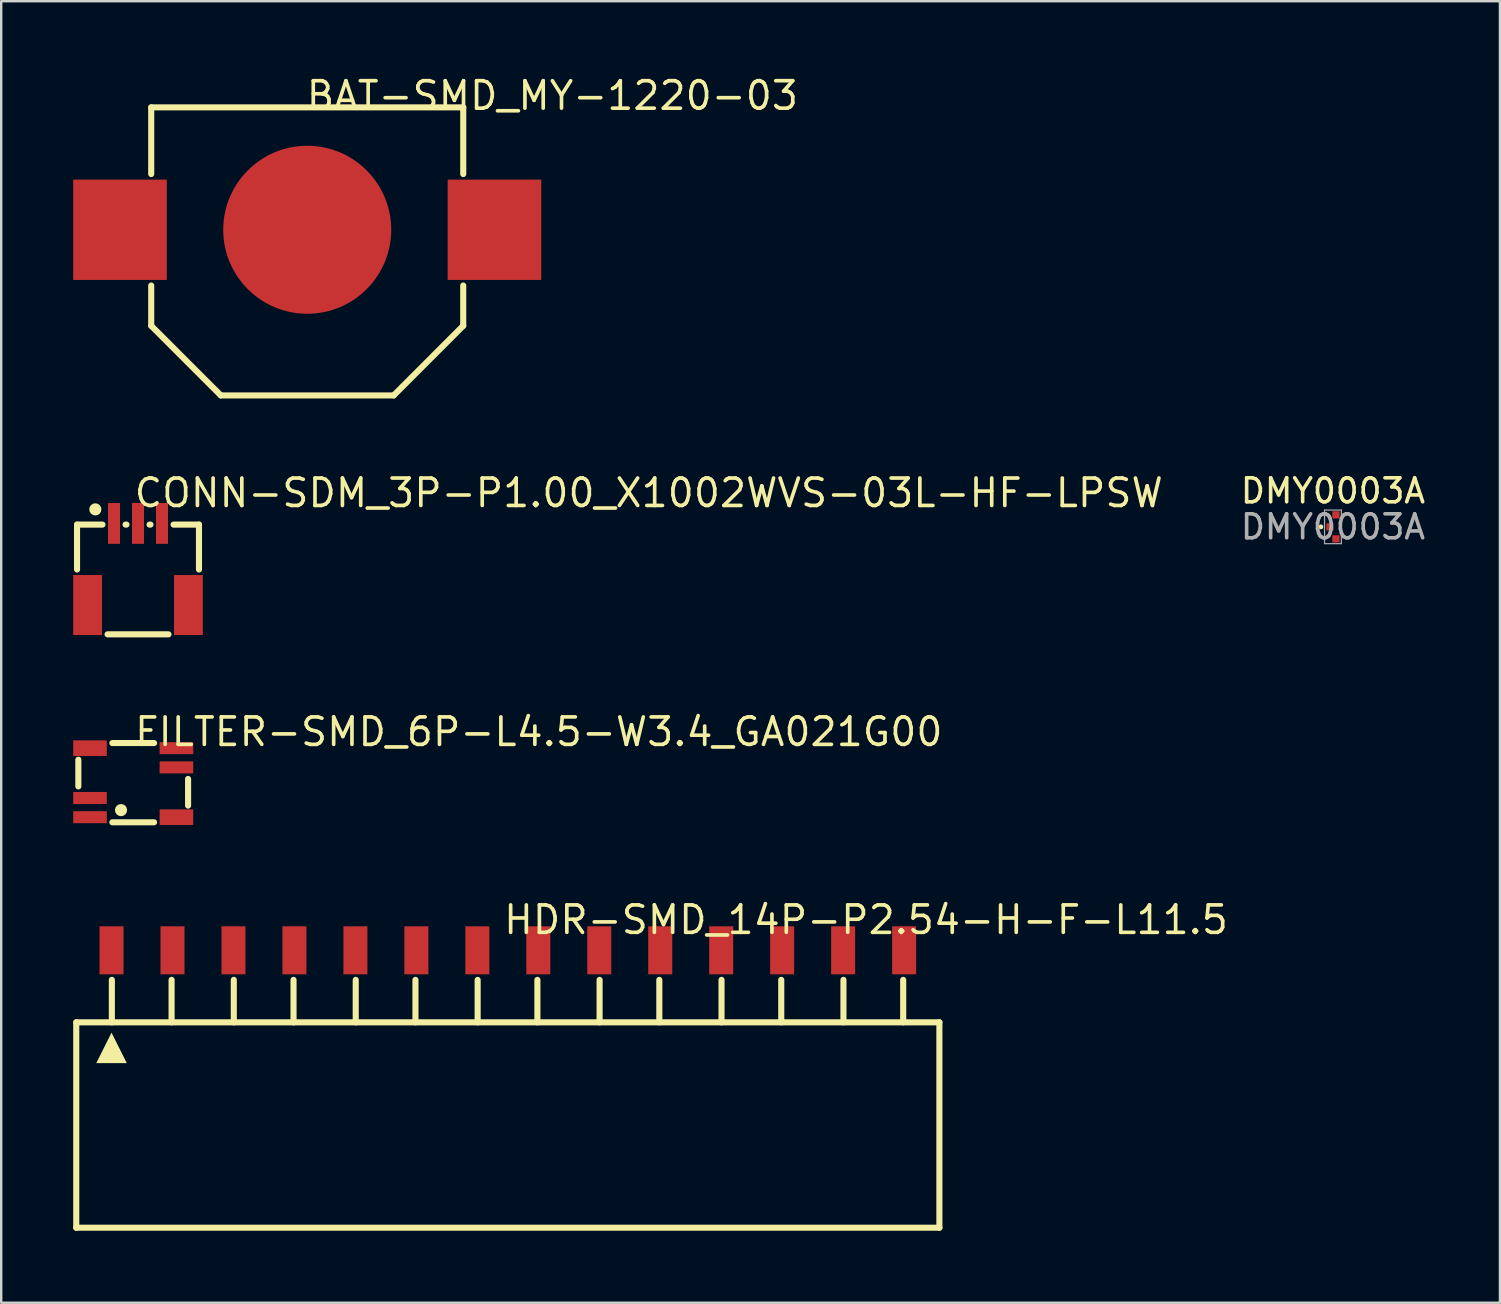
<source format=kicad_pcb>
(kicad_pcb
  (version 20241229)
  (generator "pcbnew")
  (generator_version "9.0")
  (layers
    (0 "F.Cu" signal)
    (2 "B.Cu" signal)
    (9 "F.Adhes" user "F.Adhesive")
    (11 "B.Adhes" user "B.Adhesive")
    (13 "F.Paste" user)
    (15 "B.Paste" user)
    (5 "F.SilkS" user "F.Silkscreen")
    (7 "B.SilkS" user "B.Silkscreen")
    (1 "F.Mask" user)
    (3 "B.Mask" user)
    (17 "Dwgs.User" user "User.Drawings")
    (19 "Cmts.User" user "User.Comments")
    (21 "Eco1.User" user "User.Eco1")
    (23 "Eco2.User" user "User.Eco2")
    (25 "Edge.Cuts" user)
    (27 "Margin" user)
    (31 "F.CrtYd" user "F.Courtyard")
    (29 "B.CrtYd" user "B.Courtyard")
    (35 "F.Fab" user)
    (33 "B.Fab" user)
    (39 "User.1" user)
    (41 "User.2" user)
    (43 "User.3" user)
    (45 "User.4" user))
  (footprint "CONN-SDM_3P-P1.00_X1002WVS-03L-HF-LPSW"
    (layer "F.Cu")
    (at 2.7 20.457)
    (property "Reference" "CONN-SDM_3P-P1.00_X1002WVS-03L-HF-LPSW" (at -0.238 -2.97 0) (layer "F.SilkS") (effects (font (size 1.143 1.143) (thickness 0.152)) (justify left)))
    (attr smd)
    (fp_line (start -2.54 -1.651) (end -2.54 0.219) (stroke (width 0.254) (type solid)) (layer "F.SilkS"))
    (fp_line (start -2.54 -1.651) (end -1.481 -1.651) (stroke (width 0.254) (type solid)) (layer "F.SilkS"))
    (fp_line (start -0.519 -1.651) (end -0.481 -1.651) (stroke (width 0.254) (type solid)) (layer "F.SilkS"))
    (fp_line (start 0.481 -1.651) (end 0.519 -1.651) (stroke (width 0.254) (type solid)) (layer "F.SilkS"))
    (fp_line (start 1.269 2.921) (end -1.269 2.921) (stroke (width 0.254) (type solid)) (layer "F.SilkS"))
    (fp_line (start 1.481 -1.651) (end 2.54 -1.651) (stroke (width 0.254) (type solid)) (layer "F.SilkS"))
    (fp_line (start 2.54 -1.651) (end 2.54 0.219) (stroke (width 0.254) (type solid)) (layer "F.SilkS"))
    (fp_circle (center -1.778 -2.286) (end -1.651 -2.286) (stroke (width 0.254) (type solid)) (fill no) (layer "F.SilkS"))
    (pad "" smd rect (at -2.1 1.7) (size 1.2 2.5) (layers "F.Cu" "F.Mask" "F.Paste"))
    (pad "" smd rect (at 2.1 1.7) (size 1.2 2.5) (layers "F.Cu" "F.Mask" "F.Paste"))
    (pad "1" smd rect (at -1 -1.7) (size 0.5 1.7) (layers "F.Cu" "F.Mask" "F.Paste"))
    (pad "2" smd rect (at 0 -1.7) (size 0.5 1.7) (layers "F.Cu" "F.Mask" "F.Paste"))
    (pad "3" smd rect (at 1 -1.7) (size 0.5 1.7) (layers "F.Cu" "F.Mask" "F.Paste")))
  (footprint "DMY0003A"
    (layer "F.Cu")
    (at 52.483 18.9)
    (property "Reference" "DMY0003A" (at 0 -1.5 0) (unlocked yes) (layer "F.SilkS") (effects (font (size 1 1) (thickness 0.15))))
    (attr smd)
    (fp_circle (center -0.5 0) (end -0.425 0) (stroke (width 0.05) (type solid)) (fill yes) (layer "F.SilkS"))
    (fp_poly (pts (xy -0.23 0.055) (xy -0.23 -0.055) (xy -0.229 -0.064) (xy -0.226 -0.074) (xy -0.222 -0.083) (xy -0.215 -0.09) (xy -0.208 -0.097) (xy -0.199 -0.101) (xy -0.189 -0.104) (xy -0.18 -0.105) (xy -0.07 -0.105) (xy -0.061 -0.104) (xy -0.051 -0.101) (xy -0.042 -0.097) (xy -0.035 -0.09) (xy -0.028 -0.083) (xy -0.024 -0.074) (xy -0.021 -0.064) (xy -0.02 -0.055) (xy -0.02 0.055) (xy -0.021 0.064) (xy -0.024 0.074) (xy -0.028 0.083) (xy -0.035 0.09) (xy -0.042 0.097) (xy -0.051 0.101) (xy -0.061 0.104) (xy -0.07 0.105) (xy -0.18 0.105) (xy -0.189 0.104) (xy -0.199 0.101) (xy -0.208 0.097) (xy -0.215 0.09) (xy -0.222 0.083) (xy -0.226 0.074) (xy -0.229 0.064)) (stroke (width 0) (type solid)) (fill yes) (layer "F.Paste"))
    (fp_poly (pts (xy 0.02 -0.445) (xy 0.02 -0.555) (xy 0.021 -0.564) (xy 0.024 -0.574) (xy 0.028 -0.583) (xy 0.035 -0.59) (xy 0.042 -0.597) (xy 0.051 -0.601) (xy 0.061 -0.604) (xy 0.07 -0.605) (xy 0.18 -0.605) (xy 0.189 -0.604) (xy 0.199 -0.601) (xy 0.208 -0.597) (xy 0.215 -0.59) (xy 0.222 -0.583) (xy 0.226 -0.574) (xy 0.229 -0.564) (xy 0.23 -0.555) (xy 0.23 -0.445) (xy 0.229 -0.436) (xy 0.226 -0.426) (xy 0.222 -0.417) (xy 0.215 -0.41) (xy 0.208 -0.403) (xy 0.199 -0.399) (xy 0.189 -0.396) (xy 0.18 -0.395) (xy 0.07 -0.395) (xy 0.061 -0.396) (xy 0.051 -0.399) (xy 0.042 -0.403) (xy 0.035 -0.41) (xy 0.028 -0.417) (xy 0.024 -0.426) (xy 0.021 -0.436)) (stroke (width 0) (type solid)) (fill yes) (layer "F.Paste"))
    (fp_poly (pts (xy 0.02 0.555) (xy 0.02 0.445) (xy 0.021 0.436) (xy 0.024 0.426) (xy 0.028 0.417) (xy 0.035 0.41) (xy 0.042 0.403) (xy 0.051 0.399) (xy 0.061 0.396) (xy 0.07 0.395) (xy 0.18 0.395) (xy 0.189 0.396) (xy 0.199 0.399) (xy 0.208 0.403) (xy 0.215 0.41) (xy 0.222 0.417) (xy 0.226 0.426) (xy 0.229 0.436) (xy 0.23 0.445) (xy 0.23 0.555) (xy 0.229 0.564) (xy 0.226 0.574) (xy 0.222 0.583) (xy 0.215 0.59) (xy 0.208 0.597) (xy 0.199 0.601) (xy 0.189 0.604) (xy 0.18 0.605) (xy 0.07 0.605) (xy 0.061 0.604) (xy 0.051 0.601) (xy 0.042 0.597) (xy 0.035 0.59) (xy 0.028 0.583) (xy 0.024 0.574) (xy 0.021 0.564)) (stroke (width 0) (type solid)) (fill yes) (layer "F.Paste"))
    (fp_line (start -0.35 -0.7) (end 0.35 -0.7) (stroke (width 0.05) (type solid)) (layer "F.Fab"))
    (fp_line (start -0.35 0.7) (end -0.35 -0.7) (stroke (width 0.05) (type solid)) (layer "F.Fab"))
    (fp_line (start -0.35 0.7) (end 0.35 0.7) (stroke (width 0.05) (type solid)) (layer "F.Fab"))
    (fp_line (start 0.35 0.7) (end 0.35 -0.7) (stroke (width 0.05) (type solid)) (layer "F.Fab"))
    (fp_text user "${REFERENCE}" (at 0 0 0) (unlocked yes) (layer "F.Fab") (effects (font (size 1 1) (thickness 0.15))))
    (pad "1" smd rect (at -0.125 0) (size 0.3 0.3) (layers "F.Cu" "F.Mask"))
    (pad "2" smd rect (at 0.125 0.5) (size 0.3 0.3) (layers "F.Cu" "F.Mask"))
    (pad "3" smd rect (at 0.125 -0.5) (size 0.3 0.3) (layers "F.Cu" "F.Mask")))
  (footprint "FILTER-SMD_6P-L4.5-W3.4_GA021G00"
    (layer "F.Cu")
    (at 2.5 29.558)
    (property "Reference" "FILTER-SMD_6P-L4.5-W3.4_GA021G00" (at -0.022 -2.118 0) (layer "F.SilkS") (effects (font (size 1.143 1.143) (thickness 0.152)) (justify left)))
    (attr smd)
    (fp_line (start -2.286 -0.956) (end -2.286 0.156) (stroke (width 0.254) (type solid)) (layer "F.SilkS"))
    (fp_line (start -0.869 -1.651) (end 0.869 -1.651) (stroke (width 0.254) (type solid)) (layer "F.SilkS"))
    (fp_line (start -0.869 1.651) (end 0.869 1.651) (stroke (width 0.254) (type solid)) (layer "F.SilkS"))
    (fp_line (start 2.286 -0.156) (end 2.286 0.956) (stroke (width 0.254) (type solid)) (layer "F.SilkS"))
    (fp_circle (center -0.508 1.143) (end -0.381 1.143) (stroke (width 0.254) (type solid)) (fill no) (layer "F.SilkS"))
    (pad "1" smd rect (at -1.8 1.438) (size 1.4 0.5) (layers "F.Cu" "F.Mask" "F.Paste"))
    (pad "2" smd rect (at -1.8 0.637) (size 1.4 0.5) (layers "F.Cu" "F.Mask" "F.Paste"))
    (pad "3" smd rect (at -1.8 -1.438) (size 1.4 0.65) (layers "F.Cu" "F.Mask" "F.Paste"))
    (pad "4" smd rect (at 1.8 -1.438) (size 1.4 0.5) (layers "F.Cu" "F.Mask" "F.Paste"))
    (pad "5" smd rect (at 1.8 -0.637) (size 1.4 0.5) (layers "F.Cu" "F.Mask" "F.Paste"))
    (pad "6" smd rect (at 1.8 1.438) (size 1.4 0.65) (layers "F.Cu" "F.Mask" "F.Paste")))
  (footprint "BAT-SMD_MY-1220-03"
    (layer "F.Cu")
    (at 9.75 6.523)
    (property "Reference" "BAT-SMD_MY-1220-03" (at -0.12 -5.588 0) (layer "F.SilkS") (effects (font (size 1.143 1.143) (thickness 0.152)) (justify left)))
    (attr smd)
    (fp_line (start -6.5 -5.1) (end 6.5 -5.1) (stroke (width 0.254) (type solid)) (layer "F.SilkS"))
    (fp_line (start -6.5 -2.321) (end -6.5 -5.1) (stroke (width 0.254) (type solid)) (layer "F.SilkS"))
    (fp_line (start -6.5 4) (end -6.5 2.322) (stroke (width 0.254) (type solid)) (layer "F.SilkS"))
    (fp_line (start -3.6 6.901) (end -6.5 4) (stroke (width 0.254) (type solid)) (layer "F.SilkS"))
    (fp_line (start 3.601 6.901) (end -3.6 6.901) (stroke (width 0.254) (type solid)) (layer "F.SilkS"))
    (fp_line (start 6.499 2.322) (end 6.499 4) (stroke (width 0.254) (type solid)) (layer "F.SilkS"))
    (fp_line (start 6.499 4) (end 3.601 6.901) (stroke (width 0.254) (type solid)) (layer "F.SilkS"))
    (fp_line (start 6.5 -5.1) (end 6.5 -2.321) (stroke (width 0.254) (type solid)) (layer "F.SilkS"))
    (fp_poly (pts (xy -5.85 -2.09) (xy -9.75 -2.09) (xy -9.75 2.09) (xy -5.85 2.09)) (stroke (width 0) (type solid)) (fill yes) (layer "F.Paste"))
    (fp_poly (pts (xy 9.75 -2.09) (xy 5.85 -2.09) (xy 5.85 2.09) (xy 9.75 2.09)) (stroke (width 0) (type solid)) (fill yes) (layer "F.Paste"))
    (pad "1" smd rect (at -7.8 0) (size 3.9 4.18) (layers "F.Cu" "F.Mask" "F.Paste"))
    (pad "1" smd rect (at 7.8 0) (size 3.9 4.18) (layers "F.Cu" "F.Mask" "F.Paste"))
    (pad "2" smd circle (at 0 0) (size 7 7) (layers "F.Cu" "F.Mask")))
  (footprint "HDR-SMD_14P-P2.54-H-F-L11.5"
    (layer "F.Cu")
    (at 18.107 36.542)
    (property "Reference" "HDR-SMD_14P-P2.54-H-F-L11.5" (at -0.254 -1.27 0) (layer "F.SilkS") (effects (font (size 1.143 1.143) (thickness 0.152)) (justify left)))
    (attr smd)
    (fp_line (start -17.98 3) (end -17.98 11.557) (stroke (width 0.254) (type solid)) (layer "F.SilkS"))
    (fp_line (start -17.98 3) (end 17.98 3) (stroke (width 0.254) (type solid)) (layer "F.SilkS"))
    (fp_line (start -17.98 11.557) (end 17.98 11.557) (stroke (width 0.254) (type solid)) (layer "F.SilkS"))
    (fp_line (start -16.497 3) (end -16.497 1.231) (stroke (width 0.254) (type solid)) (layer "F.SilkS"))
    (fp_line (start -14.008 3) (end -14.008 1.231) (stroke (width 0.254) (type solid)) (layer "F.SilkS"))
    (fp_line (start -11.417 3) (end -11.417 1.231) (stroke (width 0.254) (type solid)) (layer "F.SilkS"))
    (fp_line (start -8.928 3) (end -8.928 1.231) (stroke (width 0.254) (type solid)) (layer "F.SilkS"))
    (fp_line (start -6.337 3) (end -6.337 1.231) (stroke (width 0.254) (type solid)) (layer "F.SilkS"))
    (fp_line (start -3.848 3) (end -3.848 1.231) (stroke (width 0.254) (type solid)) (layer "F.SilkS"))
    (fp_line (start -1.257 3) (end -1.257 1.231) (stroke (width 0.254) (type solid)) (layer "F.SilkS"))
    (fp_line (start 1.232 3) (end 1.232 1.231) (stroke (width 0.254) (type solid)) (layer "F.SilkS"))
    (fp_line (start 3.823 3) (end 3.823 1.231) (stroke (width 0.254) (type solid)) (layer "F.SilkS"))
    (fp_line (start 6.312 3) (end 6.312 1.231) (stroke (width 0.254) (type solid)) (layer "F.SilkS"))
    (fp_line (start 8.903 3) (end 8.903 1.231) (stroke (width 0.254) (type solid)) (layer "F.SilkS"))
    (fp_line (start 11.392 3) (end 11.392 1.231) (stroke (width 0.254) (type solid)) (layer "F.SilkS"))
    (fp_line (start 13.983 3) (end 13.983 1.231) (stroke (width 0.254) (type solid)) (layer "F.SilkS"))
    (fp_line (start 16.472 3) (end 16.472 1.231) (stroke (width 0.254) (type solid)) (layer "F.SilkS"))
    (fp_line (start 17.98 3) (end 17.98 11.557) (stroke (width 0.254) (type solid)) (layer "F.SilkS"))
    (fp_poly (pts (xy -16.51 3.429) (xy -17.145 4.699) (xy -15.875 4.699)) (stroke (width 0) (type solid)) (fill yes) (layer "F.SilkS"))
    (pad "1" smd rect (at -16.51 0) (size 1 2) (layers "F.Cu" "F.Mask" "F.Paste"))
    (pad "2" smd rect (at -13.97 0) (size 1 2) (layers "F.Cu" "F.Mask" "F.Paste"))
    (pad "3" smd rect (at -11.43 0) (size 1 2) (layers "F.Cu" "F.Mask" "F.Paste"))
    (pad "4" smd rect (at -8.89 0) (size 1 2) (layers "F.Cu" "F.Mask" "F.Paste"))
    (pad "5" smd rect (at -6.35 0) (size 1 2) (layers "F.Cu" "F.Mask" "F.Paste"))
    (pad "6" smd rect (at -3.81 0) (size 1 2) (layers "F.Cu" "F.Mask" "F.Paste"))
    (pad "7" smd rect (at -1.27 0) (size 1 2) (layers "F.Cu" "F.Mask" "F.Paste"))
    (pad "8" smd rect (at 1.27 0) (size 1 2) (layers "F.Cu" "F.Mask" "F.Paste"))
    (pad "9" smd rect (at 3.81 0) (size 1 2) (layers "F.Cu" "F.Mask" "F.Paste"))
    (pad "10" smd rect (at 6.35 0) (size 1 2) (layers "F.Cu" "F.Mask" "F.Paste"))
    (pad "11" smd rect (at 8.89 0) (size 1 2) (layers "F.Cu" "F.Mask" "F.Paste"))
    (pad "12" smd rect (at 11.43 0) (size 1 2) (layers "F.Cu" "F.Mask" "F.Paste"))
    (pad "13" smd rect (at 13.97 0) (size 1 2) (layers "F.Cu" "F.Mask" "F.Paste"))
    (pad "14" smd rect (at 16.51 0) (size 1 2) (layers "F.Cu" "F.Mask" "F.Paste")))
  (gr_rect
    (start -3 -3)
    (end 59.441 51.226)
    (stroke (width 0.1) (type default))
    (fill no)
    (layer "Edge.Cuts")))
</source>
